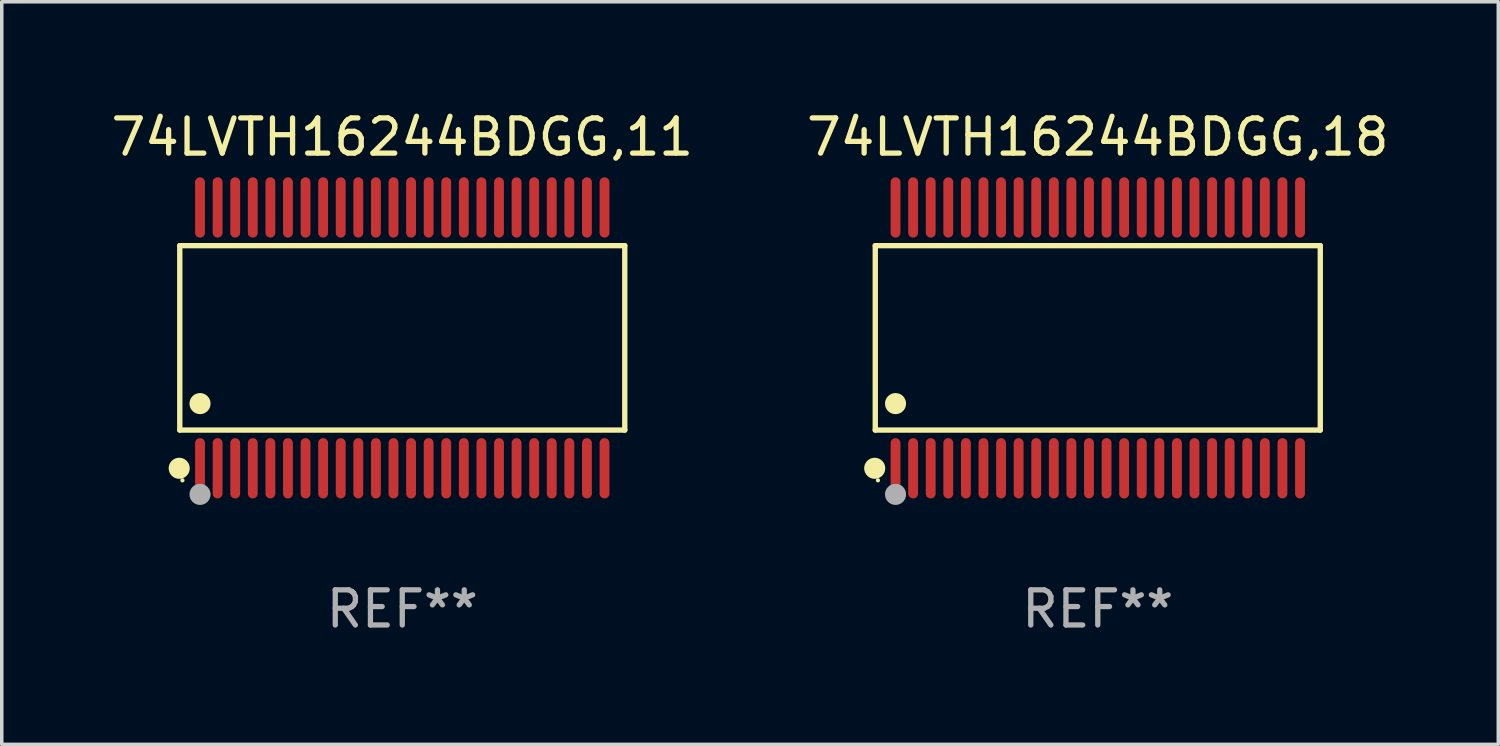
<source format=kicad_pcb>
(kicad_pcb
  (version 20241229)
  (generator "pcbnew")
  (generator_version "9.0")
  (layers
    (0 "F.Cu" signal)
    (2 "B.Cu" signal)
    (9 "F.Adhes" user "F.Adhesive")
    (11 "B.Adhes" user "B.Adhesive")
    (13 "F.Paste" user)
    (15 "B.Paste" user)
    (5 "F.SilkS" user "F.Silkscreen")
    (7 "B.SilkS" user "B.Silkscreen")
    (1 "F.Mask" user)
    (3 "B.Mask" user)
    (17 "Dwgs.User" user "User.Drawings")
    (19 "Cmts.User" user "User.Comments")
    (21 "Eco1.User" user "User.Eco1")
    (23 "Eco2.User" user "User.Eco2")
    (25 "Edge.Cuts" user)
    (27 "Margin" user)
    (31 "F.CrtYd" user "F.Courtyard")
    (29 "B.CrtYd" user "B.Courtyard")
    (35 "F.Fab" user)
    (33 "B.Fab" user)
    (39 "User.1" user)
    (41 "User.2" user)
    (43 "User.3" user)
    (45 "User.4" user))
  (footprint "74LVTH16244BDGG,11"
    (layer "F.Cu")
    (at 8.387 6.556)
    (property "Reference" "74LVTH16244BDGG,11" (at 0 -5.708 0) (layer "F.SilkS") (effects (font (size 1 1) (thickness 0.15))))
    (attr through_hole)
    (fp_line (start -6.326 -2.622) (end 6.326 -2.622) (stroke (width 0.152) (type solid)) (layer "F.SilkS"))
    (fp_line (start -6.326 2.621) (end -6.326 -2.622) (stroke (width 0.152) (type solid)) (layer "F.SilkS"))
    (fp_line (start 6.326 -2.622) (end 6.326 2.621) (stroke (width 0.152) (type solid)) (layer "F.SilkS"))
    (fp_line (start 6.326 2.621) (end -6.326 2.621) (stroke (width 0.152) (type solid)) (layer "F.SilkS"))
    (fp_circle (center -6.342 3.708) (end -6.192 3.708) (stroke (width 0.3) (type solid)) (fill no) (layer "F.SilkS"))
    (fp_circle (center -6.25 4.05) (end -6.22 4.05) (stroke (width 0.06) (type solid)) (fill no) (layer "F.SilkS"))
    (fp_circle (center -5.75 1.869) (end -5.6 1.869) (stroke (width 0.3) (type solid)) (fill no) (layer "F.SilkS"))
    (fp_circle (center -5.75 4.45) (end -5.6 4.45) (stroke (width 0.3) (type solid)) (fill no) (layer "F.Fab"))
    (fp_text user "REF**" (at 0 7.708 0) (layer "F.Fab") (effects (font (size 1 1) (thickness 0.15))))
    (pad "1" smd oval (at -5.75 3.708) (size 0.28 1.715) (layers "F.Cu" "F.Mask" "F.Paste"))
    (pad "2" smd oval (at -5.25 3.708) (size 0.28 1.715) (layers "F.Cu" "F.Mask" "F.Paste"))
    (pad "3" smd oval (at -4.75 3.708) (size 0.28 1.715) (layers "F.Cu" "F.Mask" "F.Paste"))
    (pad "4" smd oval (at -4.25 3.708) (size 0.28 1.715) (layers "F.Cu" "F.Mask" "F.Paste"))
    (pad "5" smd oval (at -3.75 3.708) (size 0.28 1.715) (layers "F.Cu" "F.Mask" "F.Paste"))
    (pad "6" smd oval (at -3.25 3.708) (size 0.28 1.715) (layers "F.Cu" "F.Mask" "F.Paste"))
    (pad "7" smd oval (at -2.75 3.708) (size 0.28 1.715) (layers "F.Cu" "F.Mask" "F.Paste"))
    (pad "8" smd oval (at -2.25 3.708) (size 0.28 1.715) (layers "F.Cu" "F.Mask" "F.Paste"))
    (pad "9" smd oval (at -1.75 3.708) (size 0.28 1.715) (layers "F.Cu" "F.Mask" "F.Paste"))
    (pad "10" smd oval (at -1.25 3.708) (size 0.28 1.715) (layers "F.Cu" "F.Mask" "F.Paste"))
    (pad "11" smd oval (at -0.75 3.708) (size 0.28 1.715) (layers "F.Cu" "F.Mask" "F.Paste"))
    (pad "12" smd oval (at -0.25 3.708) (size 0.28 1.715) (layers "F.Cu" "F.Mask" "F.Paste"))
    (pad "13" smd oval (at 0.25 3.708) (size 0.28 1.715) (layers "F.Cu" "F.Mask" "F.Paste"))
    (pad "14" smd oval (at 0.75 3.708) (size 0.28 1.715) (layers "F.Cu" "F.Mask" "F.Paste"))
    (pad "15" smd oval (at 1.25 3.708) (size 0.28 1.715) (layers "F.Cu" "F.Mask" "F.Paste"))
    (pad "16" smd oval (at 1.75 3.708) (size 0.28 1.715) (layers "F.Cu" "F.Mask" "F.Paste"))
    (pad "17" smd oval (at 2.25 3.708) (size 0.28 1.715) (layers "F.Cu" "F.Mask" "F.Paste"))
    (pad "18" smd oval (at 2.75 3.708) (size 0.28 1.715) (layers "F.Cu" "F.Mask" "F.Paste"))
    (pad "19" smd oval (at 3.25 3.708) (size 0.28 1.715) (layers "F.Cu" "F.Mask" "F.Paste"))
    (pad "20" smd oval (at 3.75 3.708) (size 0.28 1.715) (layers "F.Cu" "F.Mask" "F.Paste"))
    (pad "21" smd oval (at 4.25 3.708) (size 0.28 1.715) (layers "F.Cu" "F.Mask" "F.Paste"))
    (pad "22" smd oval (at 4.75 3.708) (size 0.28 1.715) (layers "F.Cu" "F.Mask" "F.Paste"))
    (pad "23" smd oval (at 5.25 3.708) (size 0.28 1.715) (layers "F.Cu" "F.Mask" "F.Paste"))
    (pad "24" smd oval (at 5.75 3.708) (size 0.28 1.715) (layers "F.Cu" "F.Mask" "F.Paste"))
    (pad "25" smd oval (at 5.75 -3.708) (size 0.28 1.715) (layers "F.Cu" "F.Mask" "F.Paste"))
    (pad "26" smd oval (at 5.25 -3.708) (size 0.28 1.715) (layers "F.Cu" "F.Mask" "F.Paste"))
    (pad "27" smd oval (at 4.75 -3.708) (size 0.28 1.715) (layers "F.Cu" "F.Mask" "F.Paste"))
    (pad "28" smd oval (at 4.25 -3.708) (size 0.28 1.715) (layers "F.Cu" "F.Mask" "F.Paste"))
    (pad "29" smd oval (at 3.75 -3.708) (size 0.28 1.715) (layers "F.Cu" "F.Mask" "F.Paste"))
    (pad "30" smd oval (at 3.25 -3.708) (size 0.28 1.715) (layers "F.Cu" "F.Mask" "F.Paste"))
    (pad "31" smd oval (at 2.75 -3.708) (size 0.28 1.715) (layers "F.Cu" "F.Mask" "F.Paste"))
    (pad "32" smd oval (at 2.25 -3.708) (size 0.28 1.715) (layers "F.Cu" "F.Mask" "F.Paste"))
    (pad "33" smd oval (at 1.75 -3.708) (size 0.28 1.715) (layers "F.Cu" "F.Mask" "F.Paste"))
    (pad "34" smd oval (at 1.25 -3.708) (size 0.28 1.715) (layers "F.Cu" "F.Mask" "F.Paste"))
    (pad "35" smd oval (at 0.75 -3.708) (size 0.28 1.715) (layers "F.Cu" "F.Mask" "F.Paste"))
    (pad "36" smd oval (at 0.25 -3.708) (size 0.28 1.715) (layers "F.Cu" "F.Mask" "F.Paste"))
    (pad "37" smd oval (at -0.25 -3.708) (size 0.28 1.715) (layers "F.Cu" "F.Mask" "F.Paste"))
    (pad "38" smd oval (at -0.75 -3.708) (size 0.28 1.715) (layers "F.Cu" "F.Mask" "F.Paste"))
    (pad "39" smd oval (at -1.25 -3.708) (size 0.28 1.715) (layers "F.Cu" "F.Mask" "F.Paste"))
    (pad "40" smd oval (at -1.75 -3.708) (size 0.28 1.715) (layers "F.Cu" "F.Mask" "F.Paste"))
    (pad "41" smd oval (at -2.25 -3.708) (size 0.28 1.715) (layers "F.Cu" "F.Mask" "F.Paste"))
    (pad "42" smd oval (at -2.75 -3.708) (size 0.28 1.715) (layers "F.Cu" "F.Mask" "F.Paste"))
    (pad "43" smd oval (at -3.25 -3.708) (size 0.28 1.715) (layers "F.Cu" "F.Mask" "F.Paste"))
    (pad "44" smd oval (at -3.75 -3.708) (size 0.28 1.715) (layers "F.Cu" "F.Mask" "F.Paste"))
    (pad "45" smd oval (at -4.25 -3.708) (size 0.28 1.715) (layers "F.Cu" "F.Mask" "F.Paste"))
    (pad "46" smd oval (at -4.75 -3.708) (size 0.28 1.715) (layers "F.Cu" "F.Mask" "F.Paste"))
    (pad "47" smd oval (at -5.25 -3.708) (size 0.28 1.715) (layers "F.Cu" "F.Mask" "F.Paste"))
    (pad "48" smd oval (at -5.75 -3.708) (size 0.28 1.715) (layers "F.Cu" "F.Mask" "F.Paste")))
  (footprint "74LVTH16244BDGG,18"
    (layer "F.Cu")
    (at 28.161 6.556)
    (property "Reference" "74LVTH16244BDGG,18" (at 0 -5.708 0) (layer "F.SilkS") (effects (font (size 1 1) (thickness 0.15))))
    (attr through_hole)
    (fp_line (start -6.326 -2.622) (end 6.326 -2.622) (stroke (width 0.152) (type solid)) (layer "F.SilkS"))
    (fp_line (start -6.326 2.621) (end -6.326 -2.622) (stroke (width 0.152) (type solid)) (layer "F.SilkS"))
    (fp_line (start 6.326 -2.622) (end 6.326 2.621) (stroke (width 0.152) (type solid)) (layer "F.SilkS"))
    (fp_line (start 6.326 2.621) (end -6.326 2.621) (stroke (width 0.152) (type solid)) (layer "F.SilkS"))
    (fp_circle (center -6.342 3.708) (end -6.192 3.708) (stroke (width 0.3) (type solid)) (fill no) (layer "F.SilkS"))
    (fp_circle (center -6.25 4.05) (end -6.22 4.05) (stroke (width 0.06) (type solid)) (fill no) (layer "F.SilkS"))
    (fp_circle (center -5.75 1.869) (end -5.6 1.869) (stroke (width 0.3) (type solid)) (fill no) (layer "F.SilkS"))
    (fp_circle (center -5.75 4.45) (end -5.6 4.45) (stroke (width 0.3) (type solid)) (fill no) (layer "F.Fab"))
    (fp_text user "REF**" (at 0 7.708 0) (layer "F.Fab") (effects (font (size 1 1) (thickness 0.15))))
    (pad "1" smd oval (at -5.75 3.708) (size 0.28 1.715) (layers "F.Cu" "F.Mask" "F.Paste"))
    (pad "2" smd oval (at -5.25 3.708) (size 0.28 1.715) (layers "F.Cu" "F.Mask" "F.Paste"))
    (pad "3" smd oval (at -4.75 3.708) (size 0.28 1.715) (layers "F.Cu" "F.Mask" "F.Paste"))
    (pad "4" smd oval (at -4.25 3.708) (size 0.28 1.715) (layers "F.Cu" "F.Mask" "F.Paste"))
    (pad "5" smd oval (at -3.75 3.708) (size 0.28 1.715) (layers "F.Cu" "F.Mask" "F.Paste"))
    (pad "6" smd oval (at -3.25 3.708) (size 0.28 1.715) (layers "F.Cu" "F.Mask" "F.Paste"))
    (pad "7" smd oval (at -2.75 3.708) (size 0.28 1.715) (layers "F.Cu" "F.Mask" "F.Paste"))
    (pad "8" smd oval (at -2.25 3.708) (size 0.28 1.715) (layers "F.Cu" "F.Mask" "F.Paste"))
    (pad "9" smd oval (at -1.75 3.708) (size 0.28 1.715) (layers "F.Cu" "F.Mask" "F.Paste"))
    (pad "10" smd oval (at -1.25 3.708) (size 0.28 1.715) (layers "F.Cu" "F.Mask" "F.Paste"))
    (pad "11" smd oval (at -0.75 3.708) (size 0.28 1.715) (layers "F.Cu" "F.Mask" "F.Paste"))
    (pad "12" smd oval (at -0.25 3.708) (size 0.28 1.715) (layers "F.Cu" "F.Mask" "F.Paste"))
    (pad "13" smd oval (at 0.25 3.708) (size 0.28 1.715) (layers "F.Cu" "F.Mask" "F.Paste"))
    (pad "14" smd oval (at 0.75 3.708) (size 0.28 1.715) (layers "F.Cu" "F.Mask" "F.Paste"))
    (pad "15" smd oval (at 1.25 3.708) (size 0.28 1.715) (layers "F.Cu" "F.Mask" "F.Paste"))
    (pad "16" smd oval (at 1.75 3.708) (size 0.28 1.715) (layers "F.Cu" "F.Mask" "F.Paste"))
    (pad "17" smd oval (at 2.25 3.708) (size 0.28 1.715) (layers "F.Cu" "F.Mask" "F.Paste"))
    (pad "18" smd oval (at 2.75 3.708) (size 0.28 1.715) (layers "F.Cu" "F.Mask" "F.Paste"))
    (pad "19" smd oval (at 3.25 3.708) (size 0.28 1.715) (layers "F.Cu" "F.Mask" "F.Paste"))
    (pad "20" smd oval (at 3.75 3.708) (size 0.28 1.715) (layers "F.Cu" "F.Mask" "F.Paste"))
    (pad "21" smd oval (at 4.25 3.708) (size 0.28 1.715) (layers "F.Cu" "F.Mask" "F.Paste"))
    (pad "22" smd oval (at 4.75 3.708) (size 0.28 1.715) (layers "F.Cu" "F.Mask" "F.Paste"))
    (pad "23" smd oval (at 5.25 3.708) (size 0.28 1.715) (layers "F.Cu" "F.Mask" "F.Paste"))
    (pad "24" smd oval (at 5.75 3.708) (size 0.28 1.715) (layers "F.Cu" "F.Mask" "F.Paste"))
    (pad "25" smd oval (at 5.75 -3.708) (size 0.28 1.715) (layers "F.Cu" "F.Mask" "F.Paste"))
    (pad "26" smd oval (at 5.25 -3.708) (size 0.28 1.715) (layers "F.Cu" "F.Mask" "F.Paste"))
    (pad "27" smd oval (at 4.75 -3.708) (size 0.28 1.715) (layers "F.Cu" "F.Mask" "F.Paste"))
    (pad "28" smd oval (at 4.25 -3.708) (size 0.28 1.715) (layers "F.Cu" "F.Mask" "F.Paste"))
    (pad "29" smd oval (at 3.75 -3.708) (size 0.28 1.715) (layers "F.Cu" "F.Mask" "F.Paste"))
    (pad "30" smd oval (at 3.25 -3.708) (size 0.28 1.715) (layers "F.Cu" "F.Mask" "F.Paste"))
    (pad "31" smd oval (at 2.75 -3.708) (size 0.28 1.715) (layers "F.Cu" "F.Mask" "F.Paste"))
    (pad "32" smd oval (at 2.25 -3.708) (size 0.28 1.715) (layers "F.Cu" "F.Mask" "F.Paste"))
    (pad "33" smd oval (at 1.75 -3.708) (size 0.28 1.715) (layers "F.Cu" "F.Mask" "F.Paste"))
    (pad "34" smd oval (at 1.25 -3.708) (size 0.28 1.715) (layers "F.Cu" "F.Mask" "F.Paste"))
    (pad "35" smd oval (at 0.75 -3.708) (size 0.28 1.715) (layers "F.Cu" "F.Mask" "F.Paste"))
    (pad "36" smd oval (at 0.25 -3.708) (size 0.28 1.715) (layers "F.Cu" "F.Mask" "F.Paste"))
    (pad "37" smd oval (at -0.25 -3.708) (size 0.28 1.715) (layers "F.Cu" "F.Mask" "F.Paste"))
    (pad "38" smd oval (at -0.75 -3.708) (size 0.28 1.715) (layers "F.Cu" "F.Mask" "F.Paste"))
    (pad "39" smd oval (at -1.25 -3.708) (size 0.28 1.715) (layers "F.Cu" "F.Mask" "F.Paste"))
    (pad "40" smd oval (at -1.75 -3.708) (size 0.28 1.715) (layers "F.Cu" "F.Mask" "F.Paste"))
    (pad "41" smd oval (at -2.25 -3.708) (size 0.28 1.715) (layers "F.Cu" "F.Mask" "F.Paste"))
    (pad "42" smd oval (at -2.75 -3.708) (size 0.28 1.715) (layers "F.Cu" "F.Mask" "F.Paste"))
    (pad "43" smd oval (at -3.25 -3.708) (size 0.28 1.715) (layers "F.Cu" "F.Mask" "F.Paste"))
    (pad "44" smd oval (at -3.75 -3.708) (size 0.28 1.715) (layers "F.Cu" "F.Mask" "F.Paste"))
    (pad "45" smd oval (at -4.25 -3.708) (size 0.28 1.715) (layers "F.Cu" "F.Mask" "F.Paste"))
    (pad "46" smd oval (at -4.75 -3.708) (size 0.28 1.715) (layers "F.Cu" "F.Mask" "F.Paste"))
    (pad "47" smd oval (at -5.25 -3.708) (size 0.28 1.715) (layers "F.Cu" "F.Mask" "F.Paste"))
    (pad "48" smd oval (at -5.75 -3.708) (size 0.28 1.715) (layers "F.Cu" "F.Mask" "F.Paste")))
  (gr_rect
    (start -3 -3)
    (end 39.548 18.112)
    (stroke (width 0.1) (type default))
    (fill no)
    (layer "Edge.Cuts")))
</source>
